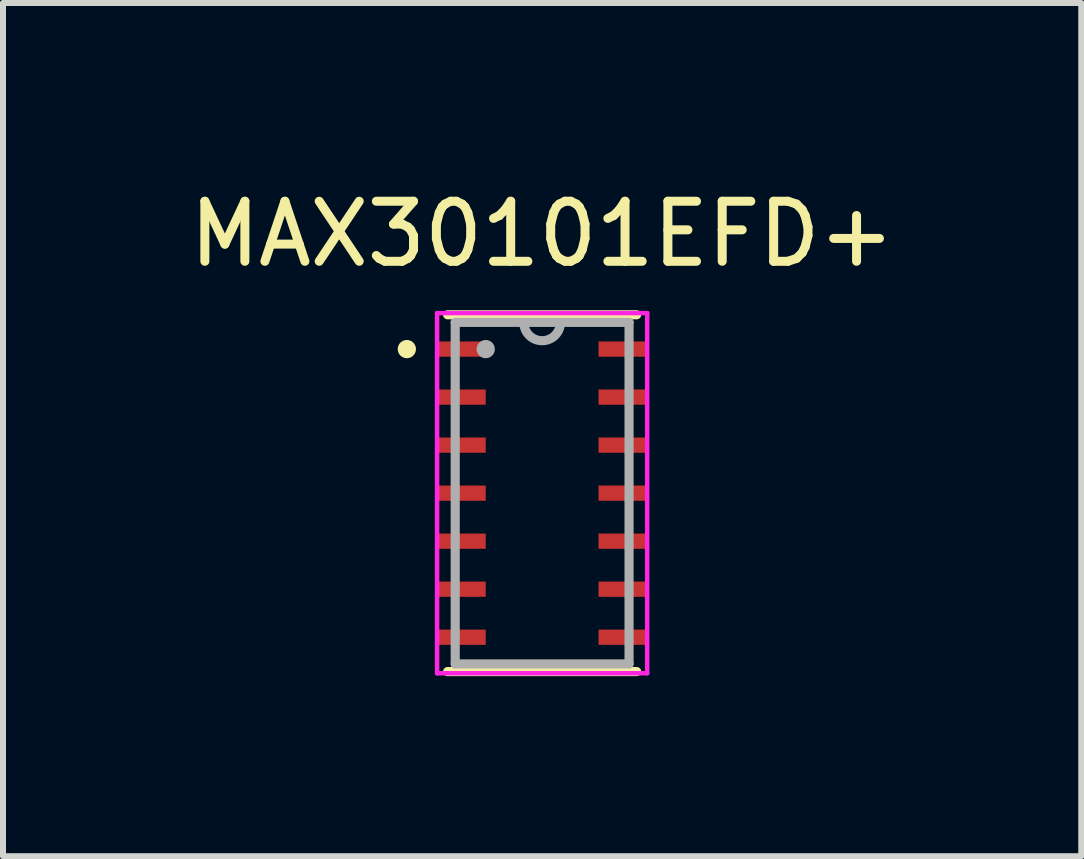
<source format=kicad_pcb>
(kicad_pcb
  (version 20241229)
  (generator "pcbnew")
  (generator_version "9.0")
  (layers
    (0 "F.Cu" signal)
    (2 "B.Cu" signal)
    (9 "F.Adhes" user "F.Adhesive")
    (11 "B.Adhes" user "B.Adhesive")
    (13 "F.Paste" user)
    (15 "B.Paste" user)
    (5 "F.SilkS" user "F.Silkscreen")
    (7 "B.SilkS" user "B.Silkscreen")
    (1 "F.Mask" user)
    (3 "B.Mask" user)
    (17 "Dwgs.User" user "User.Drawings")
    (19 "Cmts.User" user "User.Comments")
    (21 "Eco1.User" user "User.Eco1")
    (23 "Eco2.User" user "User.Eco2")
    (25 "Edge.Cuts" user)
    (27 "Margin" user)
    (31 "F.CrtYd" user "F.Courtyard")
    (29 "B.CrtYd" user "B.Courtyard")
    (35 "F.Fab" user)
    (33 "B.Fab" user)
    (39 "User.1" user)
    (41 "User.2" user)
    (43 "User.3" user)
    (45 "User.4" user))
  (footprint "MAX30101EFD+"
    (layer "F.Cu")
    (at 5.982 5.166)
    (property "Reference" "MAX30101EFD+" (at 0 -4.318 0) (layer "F.SilkS") (effects (font (size 1 1) (thickness 0.15))))
    (attr through_hole)
    (fp_line (start -1.575 2.972) (end 1.575 2.972) (stroke (width 0.152) (type solid)) (layer "F.SilkS"))
    (fp_line (start 1.575 -2.972) (end -1.575 -2.972) (stroke (width 0.152) (type solid)) (layer "F.SilkS"))
    (fp_circle (center -2.254 -2.4) (end -2.178 -2.4) (stroke (width 0.152) (type solid)) (fill no) (layer "F.SilkS"))
    (fp_line (start -1.75 -3) (end 1.75 -3) (stroke (width 0.075) (type solid)) (layer "F.CrtYd"))
    (fp_line (start -1.75 3) (end -1.75 -3) (stroke (width 0.075) (type solid)) (layer "F.CrtYd"))
    (fp_line (start 1.75 -3) (end 1.75 3) (stroke (width 0.075) (type solid)) (layer "F.CrtYd"))
    (fp_line (start 1.75 3) (end -1.75 3) (stroke (width 0.075) (type solid)) (layer "F.CrtYd"))
    (fp_line (start -1.448 -2.845) (end -1.448 2.845) (stroke (width 0.152) (type solid)) (layer "F.Fab"))
    (fp_line (start -1.448 2.845) (end 1.448 2.845) (stroke (width 0.152) (type solid)) (layer "F.Fab"))
    (fp_line (start 1.448 -2.845) (end -1.448 -2.845) (stroke (width 0.152) (type solid)) (layer "F.Fab"))
    (fp_line (start 1.448 2.845) (end 1.448 -2.845) (stroke (width 0.152) (type solid)) (layer "F.Fab"))
    (fp_arc (start 0.3048 -2.8448) (mid 0 -2.54) (end -0.3048 -2.8448) (stroke (width 0.1524) (type solid)) (layer "F.Fab"))
    (fp_circle (center -0.94 -2.4) (end -0.864 -2.4) (stroke (width 0.152) (type solid)) (fill no) (layer "F.Fab"))
    (pad "1" smd rect (at -1.346 -2.4) (size 0.813 0.254) (layers "F.Cu" "F.Mask" "F.Paste"))
    (pad "2" smd rect (at -1.346 -1.6) (size 0.813 0.254) (layers "F.Cu" "F.Mask" "F.Paste"))
    (pad "3" smd rect (at -1.346 -0.8) (size 0.813 0.254) (layers "F.Cu" "F.Mask" "F.Paste"))
    (pad "4" smd rect (at -1.346 0) (size 0.813 0.254) (layers "F.Cu" "F.Mask" "F.Paste"))
    (pad "5" smd rect (at -1.346 0.8) (size 0.813 0.254) (layers "F.Cu" "F.Mask" "F.Paste"))
    (pad "6" smd rect (at -1.346 1.6) (size 0.813 0.254) (layers "F.Cu" "F.Mask" "F.Paste"))
    (pad "7" smd rect (at -1.346 2.4) (size 0.813 0.254) (layers "F.Cu" "F.Mask" "F.Paste"))
    (pad "8" smd rect (at 1.346 2.4) (size 0.813 0.254) (layers "F.Cu" "F.Mask" "F.Paste"))
    (pad "9" smd rect (at 1.346 1.6) (size 0.813 0.254) (layers "F.Cu" "F.Mask" "F.Paste"))
    (pad "10" smd rect (at 1.346 0.8) (size 0.813 0.254) (layers "F.Cu" "F.Mask" "F.Paste"))
    (pad "11" smd rect (at 1.346 0) (size 0.813 0.254) (layers "F.Cu" "F.Mask" "F.Paste"))
    (pad "12" smd rect (at 1.346 -0.8) (size 0.813 0.254) (layers "F.Cu" "F.Mask" "F.Paste"))
    (pad "13" smd rect (at 1.346 -1.6) (size 0.813 0.254) (layers "F.Cu" "F.Mask" "F.Paste"))
    (pad "14" smd rect (at 1.346 -2.4) (size 0.813 0.254) (layers "F.Cu" "F.Mask" "F.Paste")))
  (gr_rect
    (start -3 -3)
    (end 14.964 11.214)
    (stroke (width 0.1) (type default))
    (fill no)
    (layer "Edge.Cuts")))
</source>
